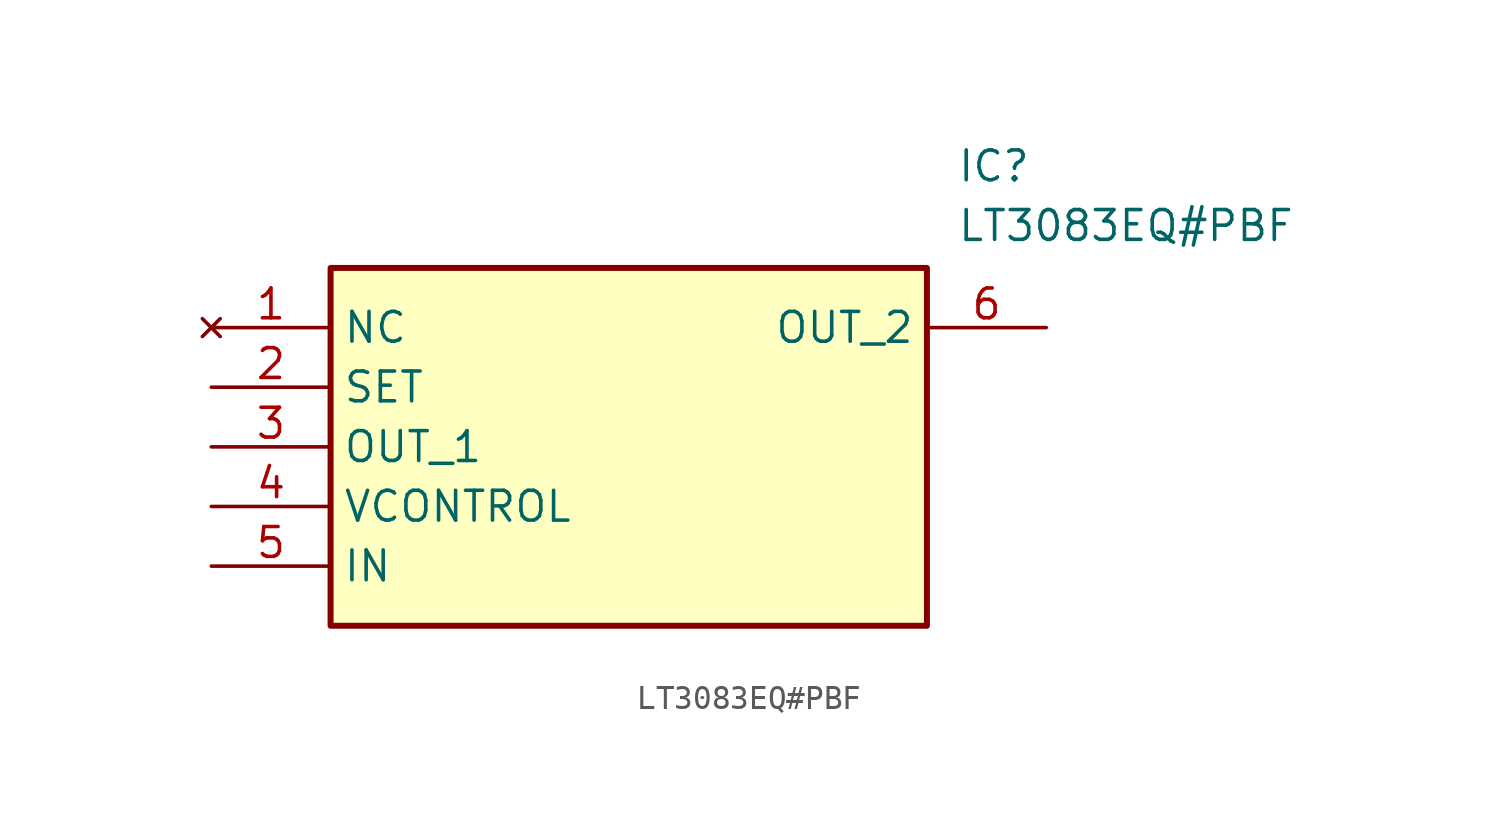
<source format=kicad_sym>
(kicad_symbol_lib
  (version 20211014)
  (generator SamacSys_ECAD_Model)
  (symbol "LT3083EQ#PBF"
    (property "Reference" "IC"
      (at 31.75 7.62 0)
      (effects (font (size 1.27 1.27)) (justify left top)))
    (property "Value" "LT3083EQ#PBF"
      (at 31.75 5.08 0)
      (effects (font (size 1.27 1.27)) (justify left top)))
    (rectangle
      (start 5.08 2.54)
      (end 30.48 -12.7)
      (stroke (width 0.254) (type default))
      (fill (type background)))
    (pin no_connect line
      (at 0 0 0)
      (length 5.08)
      (name "NC" (effects (font (size 1.27 1.27))))
      (number "1" (effects (font (size 1.27 1.27)))))
    (pin passive line
      (at 0 -2.54 0)
      (length 5.08)
      (name "SET" (effects (font (size 1.27 1.27))))
      (number "2" (effects (font (size 1.27 1.27)))))
    (pin passive line
      (at 0 -5.08 0)
      (length 5.08)
      (name "OUT_1" (effects (font (size 1.27 1.27))))
      (number "3" (effects (font (size 1.27 1.27)))))
    (pin passive line
      (at 0 -7.62 0)
      (length 5.08)
      (name "VCONTROL" (effects (font (size 1.27 1.27))))
      (number "4" (effects (font (size 1.27 1.27)))))
    (pin passive line
      (at 0 -10.16 0)
      (length 5.08)
      (name "IN" (effects (font (size 1.27 1.27))))
      (number "5" (effects (font (size 1.27 1.27)))))
    (pin passive line
      (at 35.56 0 180)
      (length 5.08)
      (name "OUT_2" (effects (font (size 1.27 1.27))))
      (number "6" (effects (font (size 1.27 1.27)))))))
</source>
